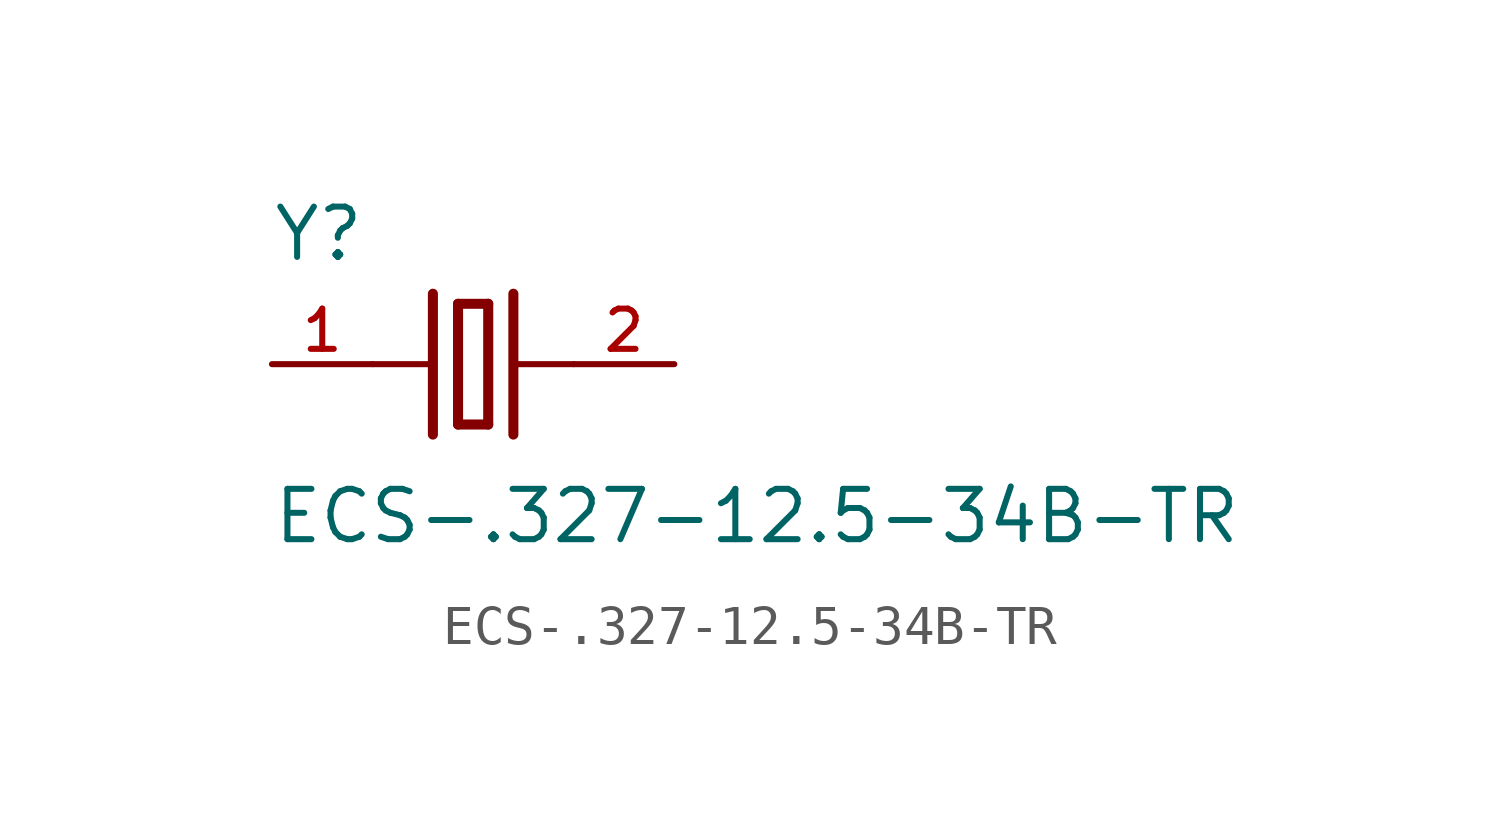
<source format=kicad_sym>
(kicad_symbol_lib
  (version 20211014)
  (generator kicad_symbol_editor)
  (symbol "ECS-.327-12.5-34B-TR"
    (pin_names
      (offset 1.016))
    (property "Reference" "Y"
      (at -5.089 2.545 0)
      (effects (font (size 1.27 1.27)) (justify bottom left)))
    (property "Value" "ECS-.327-12.5-34B-TR"
      (at -5.091 -4.582 0)
      (effects (font (size 1.27 1.27)) (justify bottom left)))
    (symbol "ECS-.327-12.5-34B-TR_0_0"
      (polyline (pts (xy 1.016 0.0) (xy 2.54 0.0)) (stroke (width 0.152)))
      (polyline (pts (xy -2.54 0.0) (xy -1.016 0.0)) (stroke (width 0.152)))
      (polyline (pts (xy -0.381 1.524) (xy -0.381 -1.524)) (stroke (width 0.254)))
      (polyline (pts (xy -0.381 -1.524) (xy 0.381 -1.524)) (stroke (width 0.254)))
      (polyline (pts (xy 0.381 -1.524) (xy 0.381 1.524)) (stroke (width 0.254)))
      (polyline (pts (xy 0.381 1.524) (xy -0.381 1.524)) (stroke (width 0.254)))
      (polyline (pts (xy 1.016 1.778) (xy 1.016 -1.778)) (stroke (width 0.254)))
      (polyline (pts (xy -1.016 1.778) (xy -1.016 -1.778)) (stroke (width 0.254)))
      (pin passive line (at 5.08 0.0 180.0) (length 2.54) (name "~" (effects (font (size 1.016 1.016)))) (number "2" (effects (font (size 1.016 1.016)))))
      (pin passive line (at -5.08 0.0 0) (length 2.54) (name "~" (effects (font (size 1.016 1.016)))) (number "1" (effects (font (size 1.016 1.016))))))))
</source>
